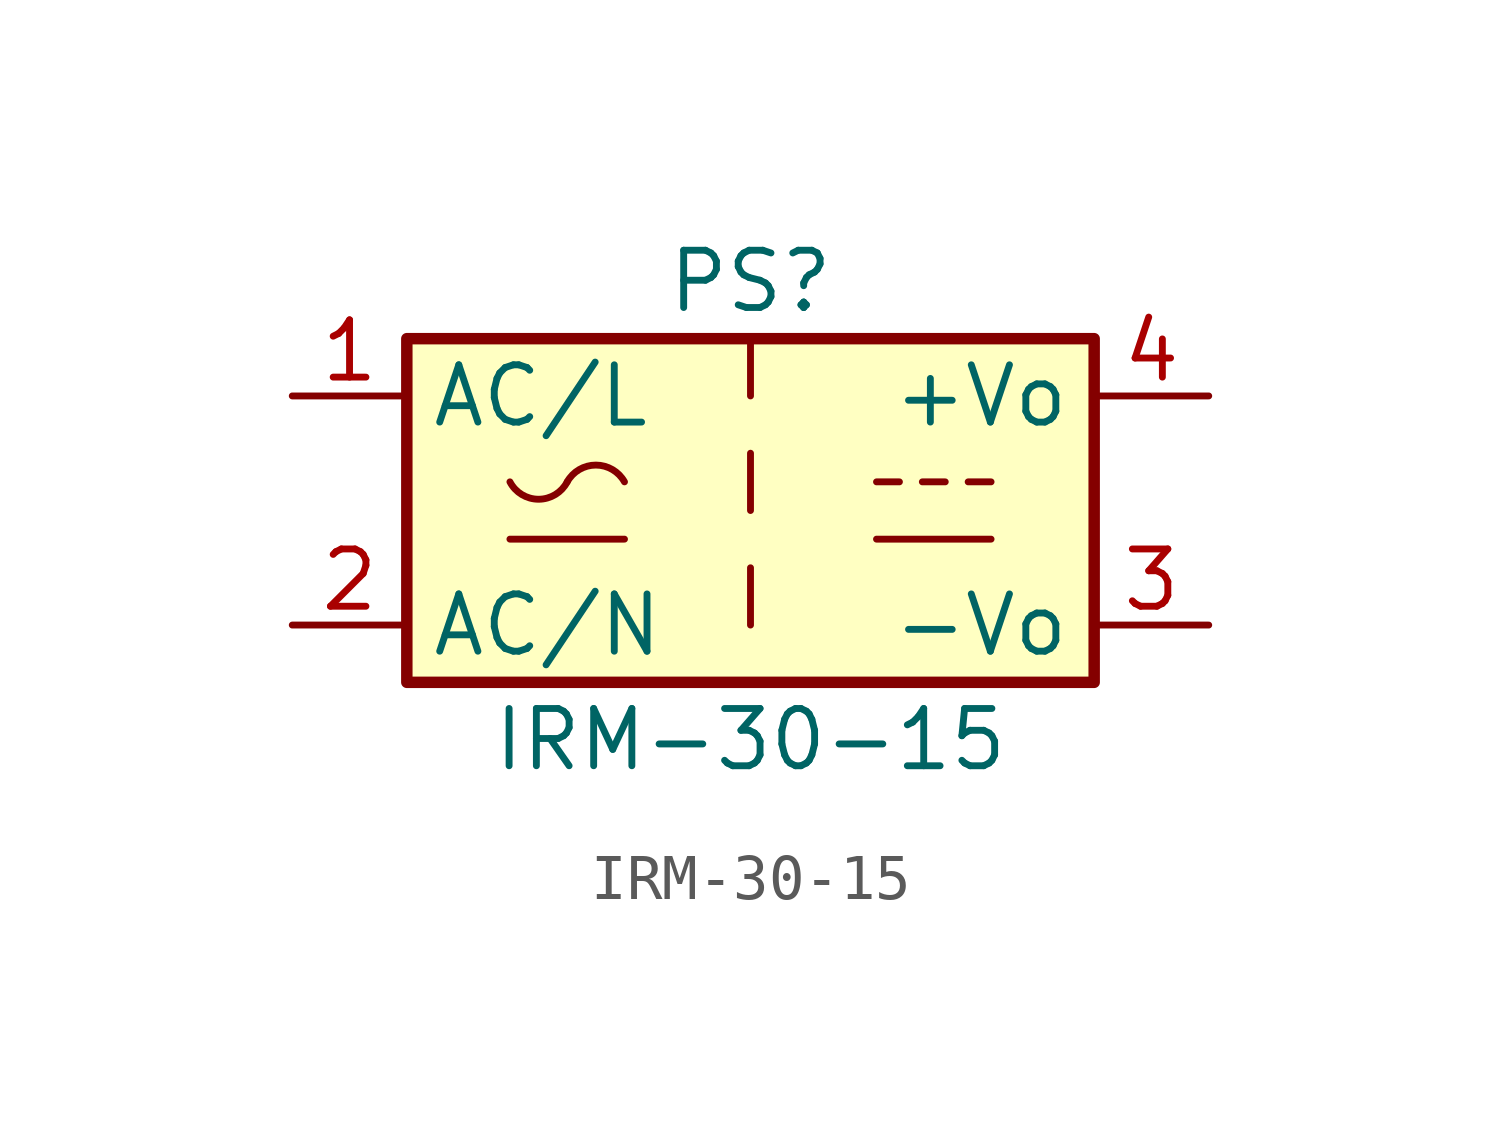
<source format=kicad_sym>
(kicad_symbol_lib
  (version 20241209)
  (generator "kicad_symbol_editor")
  (generator_version "9.0")
  (symbol "IRM-30-15"
    (property "Reference" "PS"
      (at 0 5.08 0)
      (effects (font (size 1.27 1.27))))
    (property "Value" "IRM-30-15"
      (at 0 -5.08 0)
      (effects (font (size 1.27 1.27))))
    (symbol "IRM-30-15_0_1"
      (rectangle (start -7.62 3.81) (end 7.62 -3.81) (stroke (width 0.254) (type default)) (fill (type background)))
      (polyline (pts (xy -5.334 -0.635) (xy -2.794 -0.635)) (stroke (width 0) (type default)) (fill (type none)))
      (arc (start -4.064 0.635) (mid -4.699 0.2495) (end -5.334 0.635) (stroke (width 0) (type default)) (fill (type none)))
      (arc (start -4.064 0.635) (mid -3.429 1.0072) (end -2.794 0.635) (stroke (width 0) (type default)) (fill (type none)))
      (polyline (pts (xy 0 3.81) (xy 0 2.54)) (stroke (width 0) (type default)) (fill (type none)))
      (polyline (pts (xy 0 1.27) (xy 0 0)) (stroke (width 0) (type default)) (fill (type none)))
      (polyline (pts (xy 0 -1.27) (xy 0 -2.54)) (stroke (width 0) (type default)) (fill (type none)))
      (polyline (pts (xy 2.794 0.635) (xy 3.302 0.635)) (stroke (width 0) (type default)) (fill (type none)))
      (polyline (pts (xy 2.794 -0.635) (xy 5.334 -0.635)) (stroke (width 0) (type default)) (fill (type none)))
      (polyline (pts (xy 3.81 0.635) (xy 4.318 0.635)) (stroke (width 0) (type default)) (fill (type none)))
      (polyline (pts (xy 4.826 0.635) (xy 5.334 0.635)) (stroke (width 0) (type default)) (fill (type none))))
    (symbol "IRM-30-15_1_1"
      (pin power_in line (at -10.16 2.54 0) (length 2.54) (name "AC/L" (effects (font (size 1.27 1.27)))) (number "1" (effects (font (size 1.27 1.27)))))
      (pin power_in line (at -10.16 -2.54 0) (length 2.54) (name "AC/N" (effects (font (size 1.27 1.27)))) (number "2" (effects (font (size 1.27 1.27)))))
      (pin power_out line (at 10.16 2.54 180) (length 2.54) (name "+Vo" (effects (font (size 1.27 1.27)))) (number "4" (effects (font (size 1.27 1.27)))))
      (pin power_out line (at 10.16 -2.54 180) (length 2.54) (name "-Vo" (effects (font (size 1.27 1.27)))) (number "3" (effects (font (size 1.27 1.27))))))))
</source>
